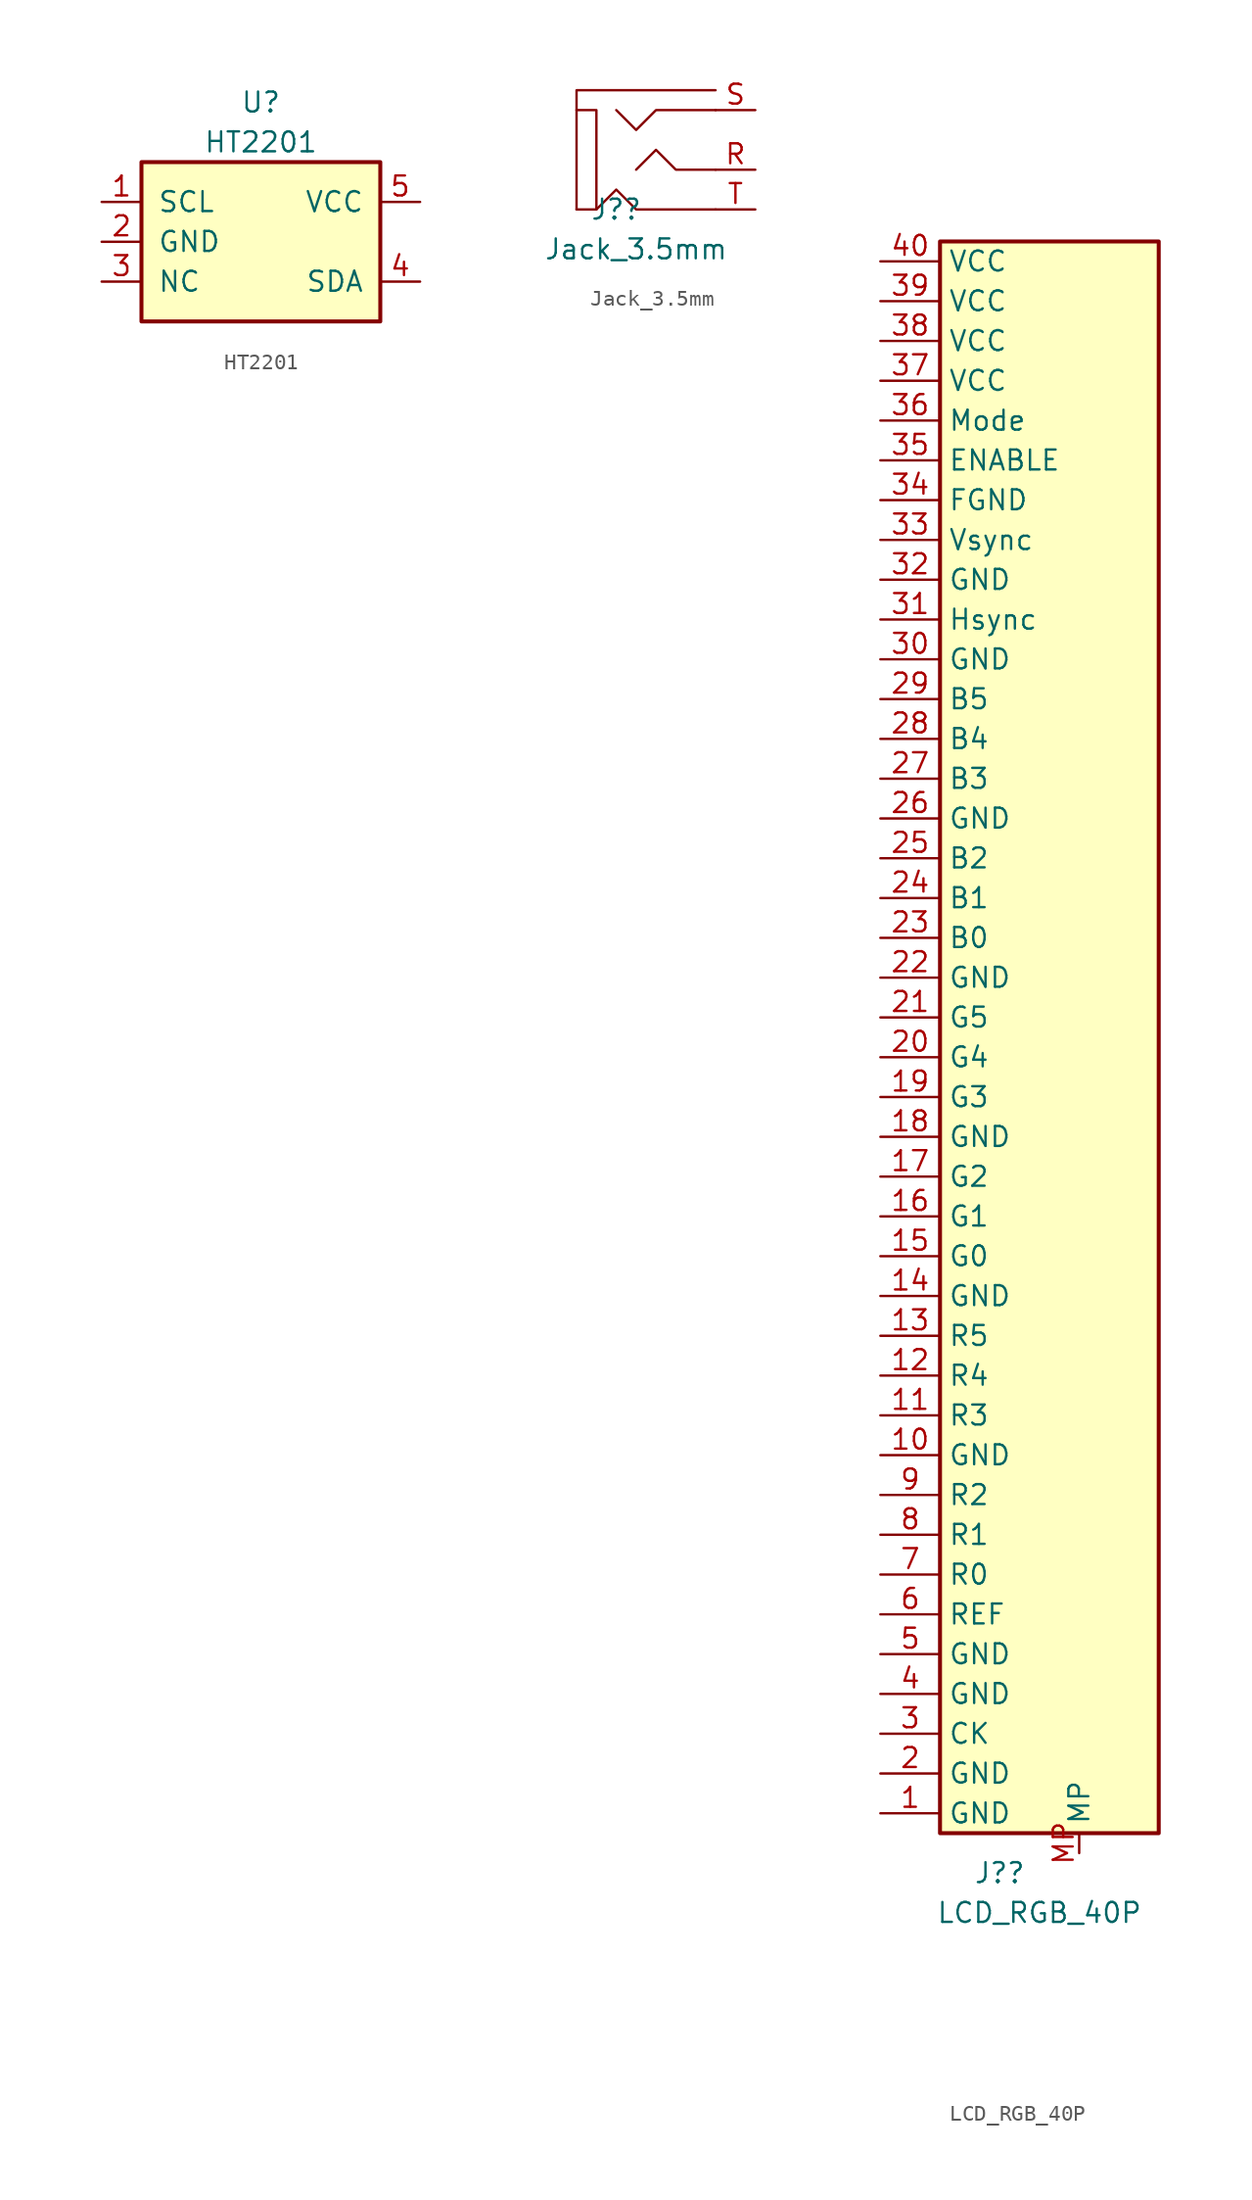
<source format=kicad_sym>
(kicad_symbol_lib
  (version 20210619)
  (generator kicad_symbol_editor)
  (symbol "0_MyLib:HT2201"
    (pin_names
      (offset 1.016))
    (property "Reference" "U"
      (at 0 8.89 0)
      (effects (font (size 1.27 1.27))))
    (property "Value" "HT2201"
      (at 0 6.35 0)
      (effects (font (size 1.27 1.27))))
    (symbol "HT2201_1_1"
      (rectangle (start -7.62 5.08) (end 7.62 -5.08) (stroke (width 0.254)) (fill (type background)))
      (pin input line (at -10.16 2.54 0) (length 2.54) (name "SCL" (effects (font (size 1.27 1.27)))) (number "1" (effects (font (size 1.27 1.27)))))
      (pin power_in line (at -10.16 0 0) (length 2.54) (name "GND" (effects (font (size 1.27 1.27)))) (number "2" (effects (font (size 1.27 1.27)))))
      (pin passive line (at -10.16 -2.54 0) (length 2.54) (name "NC" (effects (font (size 1.27 1.27)))) (number "3" (effects (font (size 1.27 1.27)))))
      (pin bidirectional line (at 10.16 -2.54 180) (length 2.54) (name "SDA" (effects (font (size 1.27 1.27)))) (number "4" (effects (font (size 1.27 1.27)))))
      (pin power_in line (at 10.16 2.54 180) (length 2.54) (name "VCC" (effects (font (size 1.27 1.27)))) (number "5" (effects (font (size 1.27 1.27)))))))
  (symbol "0_MyLib:Jack_3.5mm"
    (property "Reference" "J?"
      (at 2.54 -2.54 0)
      (effects (font (size 1.27 1.27))))
    (property "Value" "Jack_3.5mm"
      (at 3.81 -5.08 0)
      (effects (font (size 1.27 1.27))))
    (symbol "Jack_3.5mm_0_1"
      (polyline (pts (xy 0 -2.54) (xy 0 5.08) (xy 8.89 5.08)) (stroke (width 0.152)) (fill (type none)))
      (polyline (pts (xy 0 -2.54) (xy 1.27 -2.54) (xy 1.27 3.81) (xy 0 3.81)) (stroke (width 0.152)) (fill (type none)))
      (polyline (pts (xy 1.27 -2.54) (xy 2.54 -1.27) (xy 3.81 -2.54) (xy 8.89 -2.54)) (stroke (width 0.152)) (fill (type none)))
      (polyline (pts (xy 2.54 3.81) (xy 3.81 2.54) (xy 5.08 3.81) (xy 8.89 3.81)) (stroke (width 0.152)) (fill (type none)))
      (polyline (pts (xy 3.81 0) (xy 5.08 1.27) (xy 6.35 0) (xy 8.89 0)) (stroke (width 0.152)) (fill (type none))))
    (symbol "Jack_3.5mm_1_1"
      (pin passive line (at 11.43 0 180) (length 2.54) (name "~" (effects (font (size 1.27 1.27)))) (number "R" (effects (font (size 1.27 1.27)))))
      (pin passive line (at 11.43 3.81 180) (length 2.54) (name "~" (effects (font (size 1.27 1.27)))) (number "S" (effects (font (size 1.27 1.27)))))
      (pin passive line (at 11.43 -2.54 180) (length 2.54) (name "~" (effects (font (size 1.27 1.27)))) (number "T" (effects (font (size 1.27 1.27)))))))
  (symbol "0_MyLib:LCD_RGB_40P"
    (property "Reference" "J?"
      (at 3.81 -2.54 0)
      (effects (font (size 1.27 1.27))))
    (property "Value" "LCD_RGB_40P"
      (at 6.35 -5.08 0)
      (effects (font (size 1.27 1.27))))
    (symbol "LCD_RGB_40P_1_1"
      (rectangle (start 0 101.6) (end 13.97 0) (stroke (width 0.254)) (fill (type background)))
      (pin passive line (at -3.81 1.27 0) (length 3.81) (name "GND" (effects (font (size 1.27 1.27)))) (number "1" (effects (font (size 1.27 1.27)))))
      (pin passive line (at -3.81 24.13 0) (length 3.81) (name "GND" (effects (font (size 1.27 1.27)))) (number "10" (effects (font (size 1.27 1.27)))))
      (pin passive line (at -3.81 26.67 0) (length 3.81) (name "R3" (effects (font (size 1.27 1.27)))) (number "11" (effects (font (size 1.27 1.27)))))
      (pin passive line (at -3.81 29.21 0) (length 3.81) (name "R4" (effects (font (size 1.27 1.27)))) (number "12" (effects (font (size 1.27 1.27)))))
      (pin passive line (at -3.81 31.75 0) (length 3.81) (name "R5" (effects (font (size 1.27 1.27)))) (number "13" (effects (font (size 1.27 1.27)))))
      (pin passive line (at -3.81 34.29 0) (length 3.81) (name "GND" (effects (font (size 1.27 1.27)))) (number "14" (effects (font (size 1.27 1.27)))))
      (pin passive line (at -3.81 36.83 0) (length 3.81) (name "G0" (effects (font (size 1.27 1.27)))) (number "15" (effects (font (size 1.27 1.27)))))
      (pin passive line (at -3.81 39.37 0) (length 3.81) (name "G1" (effects (font (size 1.27 1.27)))) (number "16" (effects (font (size 1.27 1.27)))))
      (pin passive line (at -3.81 41.91 0) (length 3.81) (name "G2" (effects (font (size 1.27 1.27)))) (number "17" (effects (font (size 1.27 1.27)))))
      (pin passive line (at -3.81 44.45 0) (length 3.81) (name "GND" (effects (font (size 1.27 1.27)))) (number "18" (effects (font (size 1.27 1.27)))))
      (pin passive line (at -3.81 46.99 0) (length 3.81) (name "G3" (effects (font (size 1.27 1.27)))) (number "19" (effects (font (size 1.27 1.27)))))
      (pin passive line (at -3.81 3.81 0) (length 3.81) (name "GND" (effects (font (size 1.27 1.27)))) (number "2" (effects (font (size 1.27 1.27)))))
      (pin passive line (at -3.81 49.53 0) (length 3.81) (name "G4" (effects (font (size 1.27 1.27)))) (number "20" (effects (font (size 1.27 1.27)))))
      (pin passive line (at -3.81 52.07 0) (length 3.81) (name "G5" (effects (font (size 1.27 1.27)))) (number "21" (effects (font (size 1.27 1.27)))))
      (pin passive line (at -3.81 54.61 0) (length 3.81) (name "GND" (effects (font (size 1.27 1.27)))) (number "22" (effects (font (size 1.27 1.27)))))
      (pin passive line (at -3.81 57.15 0) (length 3.81) (name "B0" (effects (font (size 1.27 1.27)))) (number "23" (effects (font (size 1.27 1.27)))))
      (pin passive line (at -3.81 59.69 0) (length 3.81) (name "B1" (effects (font (size 1.27 1.27)))) (number "24" (effects (font (size 1.27 1.27)))))
      (pin passive line (at -3.81 62.23 0) (length 3.81) (name "B2" (effects (font (size 1.27 1.27)))) (number "25" (effects (font (size 1.27 1.27)))))
      (pin passive line (at -3.81 64.77 0) (length 3.81) (name "GND" (effects (font (size 1.27 1.27)))) (number "26" (effects (font (size 1.27 1.27)))))
      (pin passive line (at -3.81 67.31 0) (length 3.81) (name "B3" (effects (font (size 1.27 1.27)))) (number "27" (effects (font (size 1.27 1.27)))))
      (pin passive line (at -3.81 69.85 0) (length 3.81) (name "B4" (effects (font (size 1.27 1.27)))) (number "28" (effects (font (size 1.27 1.27)))))
      (pin passive line (at -3.81 72.39 0) (length 3.81) (name "B5" (effects (font (size 1.27 1.27)))) (number "29" (effects (font (size 1.27 1.27)))))
      (pin passive line (at -3.81 6.35 0) (length 3.81) (name "CK" (effects (font (size 1.27 1.27)))) (number "3" (effects (font (size 1.27 1.27)))))
      (pin passive line (at -3.81 74.93 0) (length 3.81) (name "GND" (effects (font (size 1.27 1.27)))) (number "30" (effects (font (size 1.27 1.27)))))
      (pin passive line (at -3.81 77.47 0) (length 3.81) (name "Hsync" (effects (font (size 1.27 1.27)))) (number "31" (effects (font (size 1.27 1.27)))))
      (pin passive line (at -3.81 80.01 0) (length 3.81) (name "GND" (effects (font (size 1.27 1.27)))) (number "32" (effects (font (size 1.27 1.27)))))
      (pin passive line (at -3.81 82.55 0) (length 3.81) (name "Vsync" (effects (font (size 1.27 1.27)))) (number "33" (effects (font (size 1.27 1.27)))))
      (pin passive line (at -3.81 85.09 0) (length 3.81) (name "FGND" (effects (font (size 1.27 1.27)))) (number "34" (effects (font (size 1.27 1.27)))))
      (pin passive line (at -3.81 87.63 0) (length 3.81) (name "ENABLE" (effects (font (size 1.27 1.27)))) (number "35" (effects (font (size 1.27 1.27)))))
      (pin passive line (at -3.81 90.17 0) (length 3.81) (name "Mode" (effects (font (size 1.27 1.27)))) (number "36" (effects (font (size 1.27 1.27)))))
      (pin passive line (at -3.81 92.71 0) (length 3.81) (name "VCC" (effects (font (size 1.27 1.27)))) (number "37" (effects (font (size 1.27 1.27)))))
      (pin passive line (at -3.81 95.25 0) (length 3.81) (name "VCC" (effects (font (size 1.27 1.27)))) (number "38" (effects (font (size 1.27 1.27)))))
      (pin passive line (at -3.81 97.79 0) (length 3.81) (name "VCC" (effects (font (size 1.27 1.27)))) (number "39" (effects (font (size 1.27 1.27)))))
      (pin passive line (at -3.81 8.89 0) (length 3.81) (name "GND" (effects (font (size 1.27 1.27)))) (number "4" (effects (font (size 1.27 1.27)))))
      (pin passive line (at -3.81 100.33 0) (length 3.81) (name "VCC" (effects (font (size 1.27 1.27)))) (number "40" (effects (font (size 1.27 1.27)))))
      (pin passive line (at -3.81 11.43 0) (length 3.81) (name "GND" (effects (font (size 1.27 1.27)))) (number "5" (effects (font (size 1.27 1.27)))))
      (pin passive line (at -3.81 13.97 0) (length 3.81) (name "REF" (effects (font (size 1.27 1.27)))) (number "6" (effects (font (size 1.27 1.27)))))
      (pin passive line (at -3.81 16.51 0) (length 3.81) (name "R0" (effects (font (size 1.27 1.27)))) (number "7" (effects (font (size 1.27 1.27)))))
      (pin passive line (at -3.81 19.05 0) (length 3.81) (name "R1" (effects (font (size 1.27 1.27)))) (number "8" (effects (font (size 1.27 1.27)))))
      (pin passive line (at -3.81 21.59 0) (length 3.81) (name "R2" (effects (font (size 1.27 1.27)))) (number "9" (effects (font (size 1.27 1.27)))))
      (pin passive line (at 8.89 -1.27 90) (length 1.27) (name "MP" (effects (font (size 1.27 1.27)))) (number "MP" (effects (font (size 1.27 1.27))))))))
</source>
